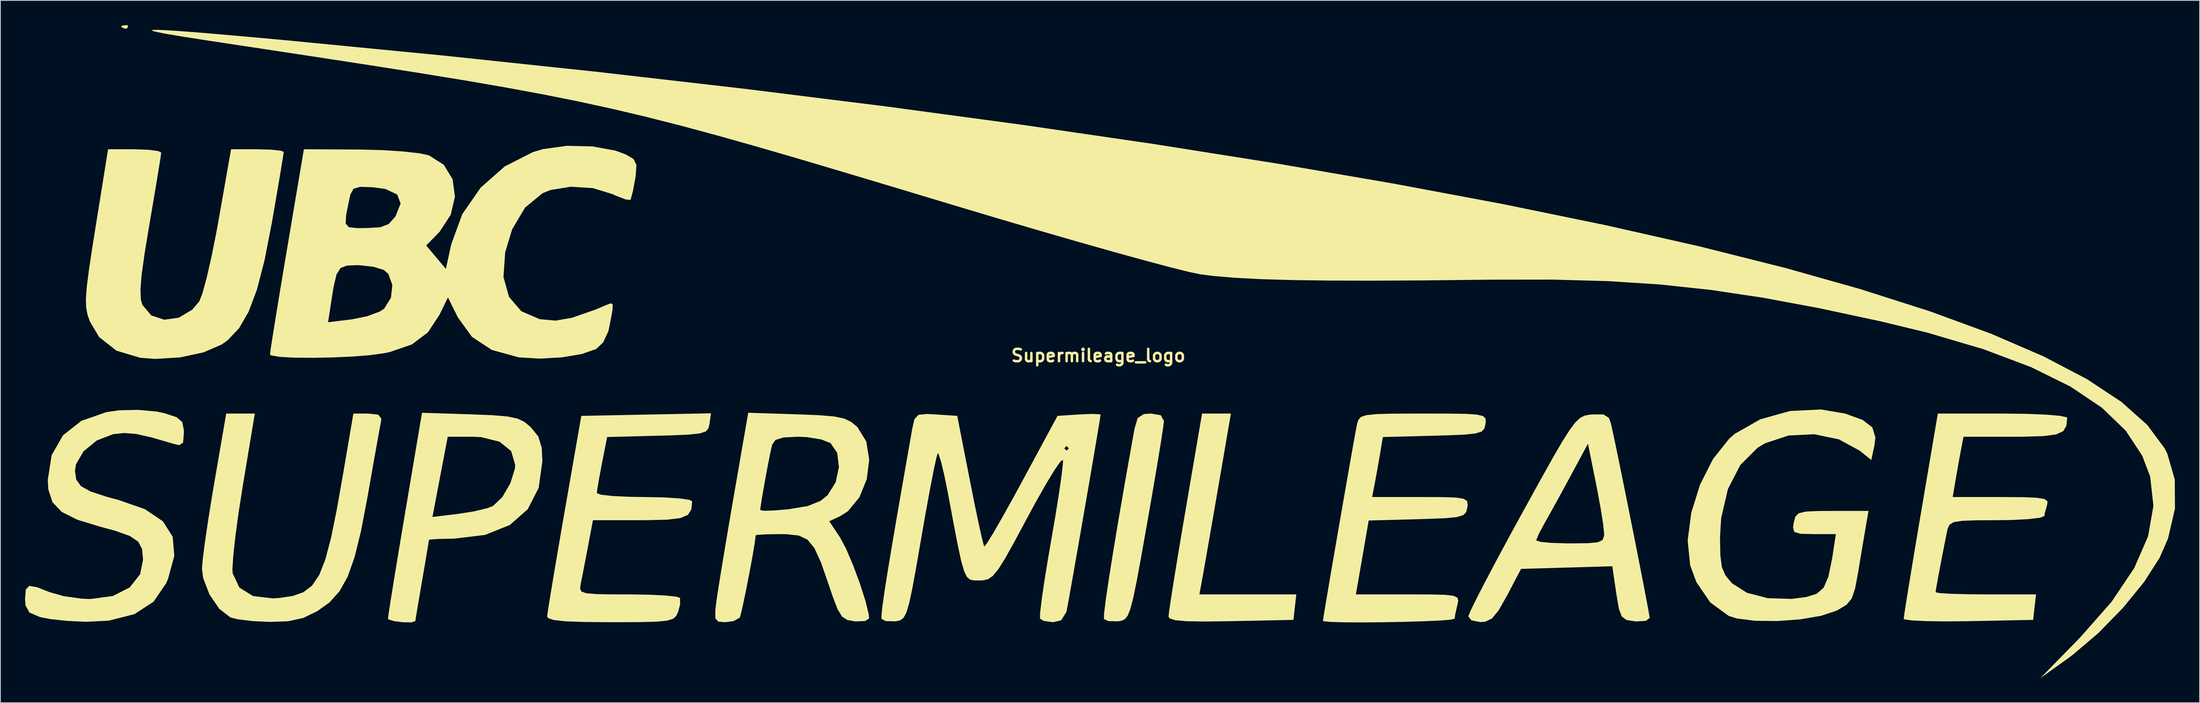
<source format=kicad_pcb>
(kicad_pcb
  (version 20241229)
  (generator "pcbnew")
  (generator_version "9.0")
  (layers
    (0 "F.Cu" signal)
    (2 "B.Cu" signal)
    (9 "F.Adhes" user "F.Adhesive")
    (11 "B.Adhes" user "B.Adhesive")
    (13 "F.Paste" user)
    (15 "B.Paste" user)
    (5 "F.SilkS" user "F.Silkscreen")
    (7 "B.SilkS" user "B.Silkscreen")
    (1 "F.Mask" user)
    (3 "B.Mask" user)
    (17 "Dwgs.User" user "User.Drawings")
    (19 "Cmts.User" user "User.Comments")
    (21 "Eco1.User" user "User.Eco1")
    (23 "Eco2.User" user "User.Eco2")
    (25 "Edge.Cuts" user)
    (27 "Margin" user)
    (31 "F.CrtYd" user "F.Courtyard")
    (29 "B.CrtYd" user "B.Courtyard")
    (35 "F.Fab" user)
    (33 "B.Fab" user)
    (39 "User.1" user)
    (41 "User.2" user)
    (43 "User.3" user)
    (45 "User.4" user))
  (footprint "Supermileage_logo"
    (layer "F.Cu")
    (at 130.589 40.237)
    (property "Reference" "Supermileage_logo" (at 0 0 0) (layer "F.SilkS") (effects (font (size 1.5 1.5) (thickness 0.3))))
    (attr board_only exclude_from_pos_files exclude_from_bom)
    (fp_poly (pts (xy -118.073 -40.17) (xy -118.149 -39.834) (xy -118.441 -39.793) (xy -118.896 -40) (xy -118.809 -40.17) (xy -118.154 -40.237)) (stroke (width 0) (type solid)) (fill yes) (layer "F.SilkS"))
    (fp_poly (pts (xy 14.603 15.969) (xy 14.049 19.182) (xy 13.532 22.161) (xy 13.096 24.657) (xy 12.785 26.422) (xy 12.685 26.975) (xy 12.301 29.069) (xy 18.197 29.069) (xy 24.093 29.069) (xy 23.918 30.621) (xy 23.743 32.173) (xy 16.151 32.33) (xy 12.971 32.372) (xy 10.758 32.338) (xy 9.375 32.216) (xy 8.686 31.998) (xy 8.543 31.766) (xy 8.63 31.017) (xy 8.882 29.33) (xy 9.272 26.877) (xy 9.77 23.833) (xy 10.351 20.371) (xy 10.576 19.05) (xy 12.624 7.056) (xy 14.38 7.056) (xy 16.136 7.056)) (stroke (width 0) (type solid)) (fill yes) (layer "F.SilkS"))
    (fp_poly (pts (xy 7.596 7.256) (xy 7.978 7.944) (xy 7.979 8.043) (xy 7.875 8.878) (xy 7.602 10.642) (xy 7.191 13.152) (xy 6.67 16.227) (xy 6.069 19.685) (xy 5.908 20.602) (xy 5.223 24.462) (xy 4.691 27.354) (xy 4.269 29.42) (xy 3.914 30.802) (xy 3.584 31.645) (xy 3.236 32.09) (xy 2.828 32.279) (xy 2.399 32.347) (xy 1.229 32.325) (xy 0.685 32.065) (xy 0.705 31.382) (xy 0.911 29.711) (xy 1.285 27.176) (xy 1.807 23.896) (xy 2.457 19.994) (xy 3.216 15.591) (xy 4.064 10.809) (xy 4.41 8.89) (xy 4.79 7.611) (xy 5.527 7.118) (xy 6.375 7.056)) (stroke (width 0) (type solid)) (fill yes) (layer "F.SilkS"))
    (fp_poly (pts (xy -104.123 16.019) (xy -104.616 19.179) (xy -105.004 22.048) (xy -105.259 24.398) (xy -105.357 26) (xy -105.331 26.495) (xy -104.51 28.24) (xy -102.862 29.268) (xy -100.432 29.556) (xy -99.653 29.504) (xy -98.025 29.262) (xy -96.719 28.803) (xy -95.667 27.997) (xy -94.801 26.714) (xy -94.055 24.825) (xy -93.361 22.199) (xy -92.653 18.706) (xy -91.916 14.534) (xy -90.641 7.056) (xy -88.856 7.056) (xy -87.627 7.184) (xy -87.243 7.671) (xy -87.281 8.043) (xy -87.449 8.932) (xy -87.771 10.706) (xy -88.204 13.138) (xy -88.709 16.002) (xy -88.919 17.2) (xy -89.707 21.332) (xy -90.486 24.51) (xy -91.333 26.905) (xy -92.323 28.688) (xy -93.53 30.032) (xy -95.016 31.1) (xy -96.736 31.937) (xy -98.577 32.339) (xy -100.82 32.42) (xy -102.89 32.323) (xy -104.668 32.107) (xy -105.6 31.875) (xy -106.954 30.83) (xy -108.142 29.096) (xy -108.91 27.111) (xy -109.063 25.964) (xy -108.973 24.825) (xy -108.718 22.817) (xy -108.331 20.182) (xy -107.848 17.161) (xy -107.595 15.663) (xy -106.115 7.056) (xy -104.374 7.056) (xy -102.633 7.056)) (stroke (width 0) (type solid)) (fill yes) (layer "F.SilkS"))
    (fp_poly (pts (xy -115.533 -25.054) (xy -114.36 -24.89) (xy -114.024 -24.708) (xy -114.115 -24.036) (xy -114.367 -22.456) (xy -114.745 -20.174) (xy -115.216 -17.392) (xy -115.471 -15.91) (xy -116.049 -12.405) (xy -116.404 -9.835) (xy -116.549 -8.035) (xy -116.499 -6.837) (xy -116.318 -6.175) (xy -115.225 -4.883) (xy -113.648 -4.368) (xy -111.887 -4.612) (xy -110.242 -5.595) (xy -109.384 -6.61) (xy -108.998 -7.606) (xy -108.489 -9.487) (xy -107.91 -12.022) (xy -107.316 -14.981) (xy -107.037 -16.514) (xy -105.523 -25.118) (xy -102.319 -25.118) (xy -100.604 -25.068) (xy -99.442 -24.937) (xy -99.115 -24.797) (xy -99.207 -24.156) (xy -99.46 -22.607) (xy -99.84 -20.353) (xy -100.313 -17.595) (xy -100.557 -16.189) (xy -101.443 -11.632) (xy -102.367 -8.062) (xy -103.385 -5.34) (xy -104.556 -3.323) (xy -105.939 -1.87) (xy -106.67 -1.348) (xy -108.889 -0.388) (xy -111.733 0.22) (xy -114.755 0.405) (xy -116.575 0.267) (xy -119.469 -0.598) (xy -121.579 -2.256) (xy -122.689 -4.124) (xy -122.987 -4.956) (xy -123.157 -5.829) (xy -123.189 -6.935) (xy -123.071 -8.468) (xy -122.792 -10.621) (xy -122.339 -13.586) (xy -122.01 -15.651) (xy -120.488 -25.118) (xy -117.256 -25.118)) (stroke (width 0) (type solid)) (fill yes) (layer "F.SilkS"))
    (fp_poly (pts (xy -76.39 7.15) (xy -73.713 7.257) (xy -71.893 7.411) (xy -70.682 7.664) (xy -69.831 8.069) (xy -69.094 8.678) (xy -69.065 8.706) (xy -68.138 9.853) (xy -67.721 11.237) (xy -67.641 12.826) (xy -68.092 16.096) (xy -69.425 18.703) (xy -71.607 20.622) (xy -74.609 21.826) (xy -78.398 22.288) (xy -78.823 22.292) (xy -80.353 22.321) (xy -81.298 22.39) (xy -81.446 22.437) (xy -81.536 23.017) (xy -81.774 24.446) (xy -82.116 26.459) (xy -82.274 27.376) (xy -82.646 29.55) (xy -82.932 31.246) (xy -83.086 32.2) (xy -83.101 32.314) (xy -83.561 32.473) (xy -84.599 32.463) (xy -85.71 32.325) (xy -86.389 32.104) (xy -86.432 32.032) (xy -86.347 31.376) (xy -86.1 29.772) (xy -85.716 27.388) (xy -85.223 24.387) (xy -84.648 20.937) (xy -84.431 19.644) (xy -81.018 19.644) (xy -77.861 19.264) (xy -75.929 18.957) (xy -74.328 18.571) (xy -73.663 18.316) (xy -72.523 17.227) (xy -71.539 15.539) (xy -70.991 13.773) (xy -70.954 13.292) (xy -71.442 11.627) (xy -72.849 10.486) (xy -75.09 9.926) (xy -76.161 9.878) (xy -79.159 9.878) (xy -79.777 13.123) (xy -80.178 15.229) (xy -80.541 17.135) (xy -80.707 18.006) (xy -81.018 19.644) (xy -84.431 19.644) (xy -84.371 19.286) (xy -82.291 6.963)) (stroke (width 0) (type solid)) (fill yes) (layer "F.SilkS"))
    (fp_poly (pts (xy 112.89 7.09) (xy 115.271 7.185) (xy 116.978 7.328) (xy 117.828 7.508) (xy 117.889 7.574) (xy 117.797 8.549) (xy 117.402 9.204) (xy 116.522 9.601) (xy 114.977 9.803) (xy 112.587 9.873) (xy 111.248 9.878) (xy 105.277 9.878) (xy 104.976 11.43) (xy 104.671 13.078) (xy 104.339 14.975) (xy 104.318 15.099) (xy 103.962 17.216) (xy 109.88 17.216) (xy 112.506 17.234) (xy 114.202 17.309) (xy 115.142 17.466) (xy 115.5 17.736) (xy 115.463 18.108) (xy 115.165 19.184) (xy 115.128 19.519) (xy 114.614 19.732) (xy 113.224 19.903) (xy 111.187 20.011) (xy 109.341 20.038) (xy 106.757 20.05) (xy 105.071 20.116) (xy 104.078 20.28) (xy 103.572 20.583) (xy 103.346 21.07) (xy 103.293 21.308) (xy 102.919 23.166) (xy 102.53 25.174) (xy 102.185 27.004) (xy 101.948 28.33) (xy 101.876 28.814) (xy 102.391 28.916) (xy 103.788 28.999) (xy 105.846 29.053) (xy 107.987 29.069) (xy 114.097 29.069) (xy 113.923 30.621) (xy 113.748 32.173) (xy 105.879 32.33) (xy 103.074 32.357) (xy 100.708 32.324) (xy 98.978 32.239) (xy 98.08 32.109) (xy 97.998 32.048) (xy 98.085 31.386) (xy 98.335 29.779) (xy 98.722 27.392) (xy 99.218 24.39) (xy 99.796 20.942) (xy 100.068 19.332) (xy 102.151 7.056) (xy 110.02 7.056)) (stroke (width 0) (type solid)) (fill yes) (layer "F.SilkS"))
    (fp_poly (pts (xy -47.308 8.31) (xy -47.44 8.871) (xy -47.779 9.246) (xy -48.523 9.481) (xy -49.869 9.621) (xy -52.012 9.71) (xy -53.626 9.754) (xy -59.765 9.913) (xy -60.39 13.094) (xy -60.731 14.904) (xy -60.958 16.257) (xy -61.015 16.745) (xy -60.501 16.938) (xy -59.111 17.093) (xy -57.073 17.191) (xy -55.217 17.216) (xy -52.837 17.262) (xy -50.931 17.386) (xy -49.726 17.568) (xy -49.42 17.734) (xy -49.517 18.727) (xy -49.933 19.387) (xy -50.849 19.781) (xy -52.451 19.975) (xy -54.921 20.036) (xy -55.789 20.038) (xy -61.489 20.038) (xy -62.102 23.283) (xy -62.487 25.298) (xy -62.825 27.029) (xy -62.98 27.799) (xy -63.058 28.354) (xy -62.891 28.718) (xy -62.295 28.931) (xy -61.088 29.034) (xy -59.083 29.066) (xy -57.193 29.069) (xy -54.726 29.105) (xy -52.697 29.204) (xy -51.342 29.348) (xy -50.897 29.492) (xy -50.883 30.294) (xy -51.123 31.186) (xy -51.354 31.688) (xy -51.732 32.036) (xy -52.437 32.259) (xy -53.651 32.385) (xy -55.555 32.441) (xy -58.329 32.455) (xy -59.341 32.456) (xy -62.594 32.429) (xy -64.867 32.344) (xy -66.281 32.187) (xy -66.959 31.948) (xy -67.063 31.75) (xy -66.963 31.005) (xy -66.695 29.323) (xy -66.29 26.878) (xy -65.776 23.845) (xy -65.182 20.396) (xy -64.973 19.191) (xy -62.907 7.338) (xy -55.019 7.181) (xy -47.13 7.024)) (stroke (width 0) (type solid)) (fill yes) (layer "F.SilkS"))
    (fp_poly (pts (xy -114.602 6.81) (xy -113.61 7.015) (xy -112.136 7.508) (xy -111.454 8.1) (xy -111.267 9.092) (xy -111.263 9.401) (xy -111.361 10.581) (xy -111.816 10.903) (xy -112.505 10.75) (xy -115.156 9.969) (xy -117.068 9.543) (xy -118.536 9.424) (xy -119.854 9.565) (xy -119.87 9.568) (xy -121.867 10.334) (xy -123.469 11.649) (xy -124.395 13.238) (xy -124.515 14.016) (xy -124.368 15.084) (xy -123.798 15.884) (xy -122.617 16.545) (xy -120.632 17.195) (xy -119.259 17.561) (xy -116.02 18.688) (xy -113.819 20.17) (xy -112.629 22.049) (xy -112.427 24.368) (xy -113.189 27.169) (xy -113.421 27.718) (xy -114.961 29.963) (xy -117.277 31.473) (xy -120.408 32.267) (xy -123.171 32.405) (xy -125.423 32.301) (xy -127.493 32.08) (xy -128.795 31.824) (xy -130.053 31.28) (xy -130.536 30.415) (xy -130.589 29.617) (xy -130.503 28.487) (xy -130.088 28.036) (xy -129.113 28.2) (xy -127.637 28.787) (xy -125.894 29.284) (xy -123.712 29.589) (xy -122.643 29.633) (xy -119.913 29.265) (xy -117.852 28.222) (xy -116.587 26.601) (xy -116.233 24.854) (xy -116.347 23.565) (xy -116.823 22.649) (xy -117.859 21.95) (xy -119.653 21.315) (xy -121.367 20.851) (xy -124.22 19.985) (xy -126.13 19.03) (xy -127.257 17.843) (xy -127.76 16.285) (xy -127.828 15.145) (xy -127.355 12.123) (xy -125.971 9.702) (xy -123.732 7.938) (xy -120.692 6.882) (xy -119.118 6.656) (xy -116.853 6.608)) (stroke (width 0) (type solid)) (fill yes) (layer "F.SilkS"))
    (fp_poly (pts (xy 90.858 7.053) (xy 93 7.829) (xy 94.184 8.744) (xy 94.554 9.955) (xy 94.442 10.912) (xy 94.056 12.71) (xy 92.648 11.578) (xy 90.101 10.191) (xy 87.092 9.572) (xy 83.979 9.731) (xy 81.119 10.678) (xy 80.221 11.214) (xy 78.118 13.319) (xy 76.614 16.236) (xy 75.787 19.782) (xy 75.648 22.125) (xy 75.69 24.331) (xy 75.877 25.756) (xy 76.3 26.748) (xy 77.05 27.652) (xy 77.117 27.722) (xy 78.93 28.877) (xy 81.449 29.528) (xy 84.368 29.618) (xy 86.133 29.39) (xy 87.411 28.996) (xy 88.263 28.246) (xy 88.839 26.899) (xy 89.287 24.716) (xy 89.379 24.13) (xy 89.741 21.731) (xy 87.05 21.731) (xy 85.451 21.692) (xy 84.699 21.476) (xy 84.534 20.932) (xy 84.624 20.32) (xy 84.812 19.619) (xy 85.211 19.2) (xy 86.062 18.99) (xy 87.604 18.917) (xy 89.302 18.909) (xy 93.716 18.909) (xy 93.399 20.743) (xy 93.138 22.282) (xy 92.78 24.422) (xy 92.467 26.304) (xy 92.091 28.33) (xy 91.678 29.563) (xy 91.045 30.329) (xy 90.012 30.955) (xy 89.824 31.05) (xy 87.943 31.678) (xy 85.422 32.106) (xy 82.629 32.314) (xy 79.933 32.286) (xy 77.704 32.004) (xy 76.705 31.687) (xy 74.463 30.05) (xy 72.769 27.571) (xy 72.016 25.522) (xy 71.712 22.514) (xy 72.151 19.131) (xy 73.216 15.711) (xy 74.795 12.592) (xy 76.772 10.109) (xy 77.45 9.521) (xy 80.551 7.754) (xy 84.168 6.745) (xy 87.946 6.56)) (stroke (width 0) (type solid)) (fill yes) (layer "F.SilkS"))
    (fp_poly (pts (xy 62.128 7.582) (xy 62.383 8.293) (xy 62.689 9.691) (xy 63.138 11.838) (xy 63.69 14.531) (xy 64.305 17.571) (xy 64.942 20.758) (xy 65.564 23.89) (xy 66.128 26.767) (xy 66.596 29.19) (xy 66.927 30.957) (xy 67.083 31.868) (xy 67.089 31.938) (xy 66.611 32.291) (xy 65.444 32.363) (xy 65.295 32.35) (xy 64.28 32.186) (xy 63.688 31.758) (xy 63.335 30.786) (xy 63.032 28.985) (xy 63.02 28.909) (xy 62.541 25.644) (xy 56.99 25.804) (xy 51.439 25.964) (xy 49.739 29.201) (xy 48.718 31.006) (xy 47.908 31.996) (xy 47.087 32.397) (xy 46.521 32.447) (xy 45.404 32.231) (xy 45.02 31.75) (xy 45.286 31.078) (xy 46.024 29.57) (xy 47.157 27.37) (xy 48.613 24.622) (xy 49.756 22.503) (xy 53.285 22.503) (xy 53.792 22.674) (xy 55.133 22.8) (xy 57.039 22.858) (xy 57.426 22.86) (xy 59.535 22.839) (xy 60.769 22.728) (xy 61.36 22.456) (xy 61.537 21.952) (xy 61.542 21.59) (xy 61.421 20.466) (xy 61.122 18.586) (xy 60.701 16.296) (xy 60.548 15.522) (xy 59.579 10.724) (xy 57.453 14.676) (xy 56.286 16.826) (xy 55.186 18.824) (xy 54.371 20.274) (xy 54.306 20.387) (xy 53.631 21.64) (xy 53.294 22.442) (xy 53.285 22.503) (xy 49.756 22.503) (xy 50.314 21.471) (xy 51.562 19.191) (xy 53.608 15.48) (xy 55.196 12.636) (xy 56.41 10.541) (xy 57.333 9.078) (xy 58.048 8.129) (xy 58.638 7.577) (xy 59.187 7.304) (xy 59.778 7.193) (xy 60.084 7.164) (xy 61.461 7.157)) (stroke (width 0) (type solid)) (fill yes) (layer "F.SilkS"))
    (fp_poly (pts (xy 42.59 7.061) (xy 44.712 7.094) (xy 46.062 7.184) (xy 46.807 7.358) (xy 47.112 7.644) (xy 47.143 8.07) (xy 47.111 8.326) (xy 46.979 8.879) (xy 46.633 9.251) (xy 45.879 9.483) (xy 44.519 9.622) (xy 42.358 9.711) (xy 40.781 9.755) (xy 34.627 9.914) (xy 34.274 12.012) (xy 33.947 13.891) (xy 33.635 15.584) (xy 33.62 15.663) (xy 33.319 17.216) (xy 39.199 17.216) (xy 41.799 17.225) (xy 43.484 17.28) (xy 44.443 17.424) (xy 44.866 17.698) (xy 44.941 18.145) (xy 44.903 18.486) (xy 44.766 19.049) (xy 44.409 19.423) (xy 43.633 19.655) (xy 42.236 19.792) (xy 40.018 19.881) (xy 38.812 19.916) (xy 32.897 20.076) (xy 32.587 21.891) (xy 32.292 23.599) (xy 31.929 25.693) (xy 31.808 26.388) (xy 31.34 29.069) (xy 37.684 29.069) (xy 40.402 29.076) (xy 42.195 29.122) (xy 43.239 29.244) (xy 43.714 29.48) (xy 43.796 29.868) (xy 43.694 30.339) (xy 43.427 31.51) (xy 43.353 32.032) (xy 42.839 32.151) (xy 41.458 32.257) (xy 39.447 32.347) (xy 37.043 32.417) (xy 34.481 32.462) (xy 31.998 32.48) (xy 29.832 32.467) (xy 28.217 32.418) (xy 27.392 32.329) (xy 27.333 32.291) (xy 27.425 31.67) (xy 27.678 30.138) (xy 28.057 27.894) (xy 28.528 25.139) (xy 29.057 22.072) (xy 29.608 18.892) (xy 30.147 15.8) (xy 30.639 12.995) (xy 31.05 10.677) (xy 31.345 9.046) (xy 31.485 8.326) (xy 31.638 7.824) (xy 31.952 7.476) (xy 32.603 7.253) (xy 33.767 7.127) (xy 35.621 7.071) (xy 38.341 7.056) (xy 39.529 7.056)) (stroke (width 0) (type solid)) (fill yes) (layer "F.SilkS"))
    (fp_poly (pts (xy -36.664 7.149) (xy -33.98 7.256) (xy -32.154 7.409) (xy -30.938 7.66) (xy -30.086 8.061) (xy -29.351 8.665) (xy -29.308 8.706) (xy -28.234 10.449) (xy -27.877 12.669) (xy -28.174 15.042) (xy -29.062 17.245) (xy -30.479 18.956) (xy -31.414 19.548) (xy -32.737 20.164) (xy -31.412 22.16) (xy -30.677 23.543) (xy -29.831 25.53) (xy -29.005 27.759) (xy -28.33 29.866) (xy -27.936 31.489) (xy -27.885 31.986) (xy -28.362 32.308) (xy -29.521 32.361) (xy -29.636 32.35) (xy -30.531 32.191) (xy -31.172 31.778) (xy -31.72 30.882) (xy -32.338 29.275) (xy -32.811 27.869) (xy -33.735 25.212) (xy -34.531 23.456) (xy -35.375 22.415) (xy -36.447 21.905) (xy -37.922 21.741) (xy -38.72 21.731) (xy -40.362 21.755) (xy -41.441 21.816) (xy -41.69 21.872) (xy -41.794 22.742) (xy -42.061 24.337) (xy -42.428 26.334) (xy -42.834 28.412) (xy -43.215 30.249) (xy -43.51 31.522) (xy -43.631 31.907) (xy -44.38 32.323) (xy -45.386 32.456) (xy -46.236 32.387) (xy -46.599 31.985) (xy -46.596 30.953) (xy -46.455 29.814) (xy -46.242 28.392) (xy -45.874 26.099) (xy -45.39 23.177) (xy -44.83 19.866) (xy -44.649 18.811) (xy -41.137 18.811) (xy -40.638 18.891) (xy -39.335 18.846) (xy -37.693 18.702) (xy -35.364 18.317) (xy -33.798 17.686) (xy -32.947 17.003) (xy -31.957 15.424) (xy -31.558 13.567) (xy -31.773 11.833) (xy -32.573 10.659) (xy -33.717 10.206) (xy -35.468 9.924) (xy -36.512 9.878) (xy -38.314 9.963) (xy -39.287 10.273) (xy -39.689 10.866) (xy -39.905 11.818) (xy -40.222 13.424) (xy -40.571 15.306) (xy -40.884 17.088) (xy -41.091 18.392) (xy -41.137 18.811) (xy -44.649 18.811) (xy -44.349 17.066) (xy -42.597 6.961)) (stroke (width 0) (type solid)) (fill yes) (layer "F.SilkS"))
    (fp_poly (pts (xy -112.589 -39.561) (xy -109.702 -39.347) (xy -105.749 -39.013) (xy -100.714 -38.56) (xy -98.664 -38.37) (xy -79.571 -36.512) (xy -61.033 -34.548) (xy -43.099 -32.484) (xy -25.812 -30.329) (xy -9.22 -28.09) (xy 6.632 -25.773) (xy 21.699 -23.386) (xy 35.935 -20.936) (xy 49.294 -18.431) (xy 61.729 -15.877) (xy 73.196 -13.283) (xy 83.649 -10.654) (xy 92.694 -8.103) (xy 101.221 -5.38) (xy 108.655 -2.65) (xy 115.003 0.092) (xy 120.276 2.851) (xy 124.484 5.633) (xy 127.636 8.442) (xy 129.742 11.283) (xy 130.065 11.914) (xy 130.981 15.076) (xy 131.007 18.616) (xy 130.161 22.269) (xy 129.139 24.608) (xy 127.253 27.554) (xy 124.676 30.712) (xy 121.693 33.768) (xy 118.59 36.41) (xy 117.955 36.879) (xy 114.64 39.255) (xy 119.476 34.303) (xy 123.293 29.971) (xy 126.044 25.875) (xy 127.738 21.987) (xy 128.384 18.284) (xy 127.99 14.739) (xy 127.026 12.188) (xy 125.019 9.145) (xy 122.116 6.345) (xy 118.282 3.768) (xy 113.482 1.397) (xy 107.682 -0.787) (xy 100.846 -2.8) (xy 95.25 -4.157) (xy 87.705 -5.773) (xy 80.905 -7.04) (xy 74.557 -7.991) (xy 68.365 -8.655) (xy 62.037 -9.064) (xy 55.277 -9.25) (xy 47.79 -9.243) (xy 47.211 -9.236) (xy 39.84 -9.155) (xy 33.486 -9.121) (xy 28.065 -9.134) (xy 23.49 -9.196) (xy 19.675 -9.309) (xy 16.536 -9.475) (xy 13.986 -9.695) (xy 12.452 -9.89) (xy 11.069 -10.177) (xy 8.755 -10.753) (xy 5.637 -11.583) (xy 1.841 -12.632) (xy -2.505 -13.864) (xy -7.276 -15.244) (xy -12.344 -16.736) (xy -16.841 -18.081) (xy -24.216 -20.303) (xy -30.749 -22.263) (xy -36.565 -23.988) (xy -41.788 -25.506) (xy -46.543 -26.845) (xy -50.953 -28.032) (xy -55.143 -29.095) (xy -59.238 -30.061) (xy -63.361 -30.957) (xy -67.638 -31.813) (xy -72.192 -32.654) (xy -77.147 -33.509) (xy -82.629 -34.404) (xy -88.761 -35.369) (xy -95.668 -36.429) (xy -103.475 -37.614) (xy -108.226 -38.332) (xy -111.469 -38.837) (xy -113.723 -39.221) (xy -114.975 -39.486) (xy -115.212 -39.631) (xy -114.421 -39.656)) (stroke (width 0) (type solid)) (fill yes) (layer "F.SilkS"))
    (fp_poly (pts (xy 0.127 7.134) (xy 0.276 7.189) (xy 0.184 7.816) (xy -0.069 9.354) (xy -0.448 11.603) (xy -0.919 14.364) (xy -1.448 17.436) (xy -1.999 20.62) (xy -2.538 23.715) (xy -3.031 26.522) (xy -3.442 28.841) (xy -3.738 30.472) (xy -3.876 31.186) (xy -4.517 32.226) (xy -5.5 32.456) (xy -6.627 32.3) (xy -7.093 32.032) (xy -7.085 31.361) (xy -6.899 29.775) (xy -6.564 27.472) (xy -6.106 24.647) (xy -5.747 22.578) (xy -5.215 19.473) (xy -4.776 16.722) (xy -4.461 14.532) (xy -4.301 13.11) (xy -4.295 12.7) (xy -4.59 12.874) (xy -5.309 13.9) (xy -6.363 15.634) (xy -7.662 17.93) (xy -8.571 19.612) (xy -10.143 22.546) (xy -11.304 24.629) (xy -12.166 26.007) (xy -12.838 26.825) (xy -13.429 27.228) (xy -14.051 27.362) (xy -14.449 27.373) (xy -15.095 27.375) (xy -15.59 27.281) (xy -15.985 26.945) (xy -16.335 26.221) (xy -16.693 24.965) (xy -17.11 23.029) (xy -17.64 20.268) (xy -18.287 16.805) (xy -18.732 14.593) (xy -19.134 12.912) (xy -19.435 11.986) (xy -19.54 11.884) (xy -19.721 12.506) (xy -20.052 14.059) (xy -20.497 16.36) (xy -21.021 19.226) (xy -21.536 22.172) (xy -22.151 25.728) (xy -22.626 28.325) (xy -23.008 30.119) (xy -23.345 31.262) (xy -23.685 31.909) (xy -24.076 32.214) (xy -24.565 32.331) (xy -24.688 32.347) (xy -25.843 32.323) (xy -26.366 32.065) (xy -26.385 31.644) (xy -26.283 30.624) (xy -26.046 28.93) (xy -25.664 26.486) (xy -25.123 23.218) (xy -24.412 19.053) (xy -23.518 13.914) (xy -22.631 8.86) (xy -22.37 7.732) (xy -21.895 7.212) (xy -20.871 7.106) (xy -19.733 7.167) (xy -17.164 7.338) (xy -15.628 15.187) (xy -15.063 18.015) (xy -14.561 20.422) (xy -14.166 22.202) (xy -13.922 23.153) (xy -13.88 23.253) (xy -13.558 22.859) (xy -12.802 21.631) (xy -11.704 19.73) (xy -10.356 17.313) (xy -9.316 15.403) (xy -7.096 11.289) (xy -4.141 11.289) (xy -3.865 11.571) (xy -3.589 11.289) (xy -3.865 11.007) (xy -4.141 11.289) (xy -7.096 11.289) (xy -4.963 7.338) (xy -2.344 7.166) (xy -0.817 7.102)) (stroke (width 0) (type solid)) (fill yes) (layer "F.SilkS"))
    (fp_poly (pts (xy -61.558 -25.465) (xy -58.746 -24.948) (xy -57.533 -24.502) (xy -56.559 -23.937) (xy -56.199 -23.211) (xy -56.289 -21.899) (xy -56.354 -21.485) (xy -56.634 -19.996) (xy -56.885 -19.062) (xy -56.944 -18.949) (xy -57.53 -19.012) (xy -58.715 -19.47) (xy -59.108 -19.654) (xy -61.505 -20.388) (xy -64.196 -20.556) (xy -66.679 -20.151) (xy -67.625 -19.764) (xy -69.748 -18.019) (xy -71.327 -15.361) (xy -72.171 -12.567) (xy -72.378 -9.561) (xy -71.701 -7.142) (xy -70.207 -5.402) (xy -67.965 -4.432) (xy -66.04 -4.258) (xy -64.049 -4.602) (xy -61.217 -5.589) (xy -59.813 -6.177) (xy -59.311 -6.367) (xy -59.082 -6.227) (xy -59.111 -5.537) (xy -59.383 -4.075) (xy -59.608 -2.98) (xy -60.252 -1.597) (xy -61.092 -0.804) (xy -62.856 -0.189) (xy -65.286 0.217) (xy -67.955 0.369) (xy -70.436 0.22) (xy -70.552 0.203) (xy -73.787 -0.683) (xy -76.215 -2.282) (xy -77.931 -4.658) (xy -77.943 -4.682) (xy -79.134 -7.081) (xy -80.152 -4.988) (xy -81.576 -2.823) (xy -83.511 -1.363) (xy -86.203 -0.434) (xy -86.905 -0.288) (xy -88.61 -0.053) (xy -90.809 0.119) (xy -93.256 0.229) (xy -95.708 0.272) (xy -97.919 0.246) (xy -99.645 0.149) (xy -100.641 -0.022) (xy -100.789 -0.141) (xy -100.704 -0.798) (xy -100.456 -2.401) (xy -100.189 -4.061) (xy -93.719 -4.061) (xy -90.82 -4.412) (xy -88.952 -4.792) (xy -87.418 -5.368) (xy -86.892 -5.715) (xy -86.068 -7.044) (xy -85.899 -8.601) (xy -86.382 -9.938) (xy -86.931 -10.422) (xy -88.176 -10.806) (xy -89.875 -11) (xy -90.207 -11.007) (xy -91.432 -10.958) (xy -92.206 -10.659) (xy -92.689 -9.882) (xy -93.043 -8.398) (xy -93.34 -6.546) (xy -93.719 -4.061) (xy -100.189 -4.061) (xy -100.073 -4.785) (xy -99.581 -7.783) (xy -99.006 -11.231) (xy -98.735 -12.841) (xy -98.188 -16.085) (xy -91.585 -16.085) (xy -91.191 -15.625) (xy -90.192 -15.52) (xy -89.137 -15.522) (xy -87.395 -15.618) (xy -86.343 -16.014) (xy -85.575 -16.875) (xy -85.5 -16.99) (xy -84.894 -18.516) (xy -85.31 -19.613) (xy -86.746 -20.283) (xy -88.248 -20.491) (xy -89.817 -20.543) (xy -90.621 -20.31) (xy -90.995 -19.629) (xy -91.124 -19.08) (xy -91.515 -17.152) (xy -91.585 -16.085) (xy -98.188 -16.085) (xy -96.664 -25.118) (xy -90.021 -25.086) (xy -87.22 -25.017) (xy -84.643 -24.855) (xy -82.593 -24.625) (xy -81.452 -24.38) (xy -79.64 -23.231) (xy -78.573 -21.472) (xy -78.281 -19.357) (xy -78.797 -17.138) (xy -80.152 -15.068) (xy -80.273 -14.941) (xy -81.779 -13.401) (xy -80.583 -11.979) (xy -79.387 -10.558) (xy -78.73 -13.563) (xy -77.386 -17.226) (xy -75.154 -20.447) (xy -72.222 -23.029) (xy -68.78 -24.776) (xy -67.566 -25.136) (xy -64.66 -25.538)) (stroke (width 0) (type solid)) (fill yes) (layer "F.SilkS")))
  (gr_rect
    (start -3 -3)
    (end 264.596 82.493)
    (stroke (width 0.1) (type default))
    (fill no)
    (layer "Edge.Cuts")))
</source>
